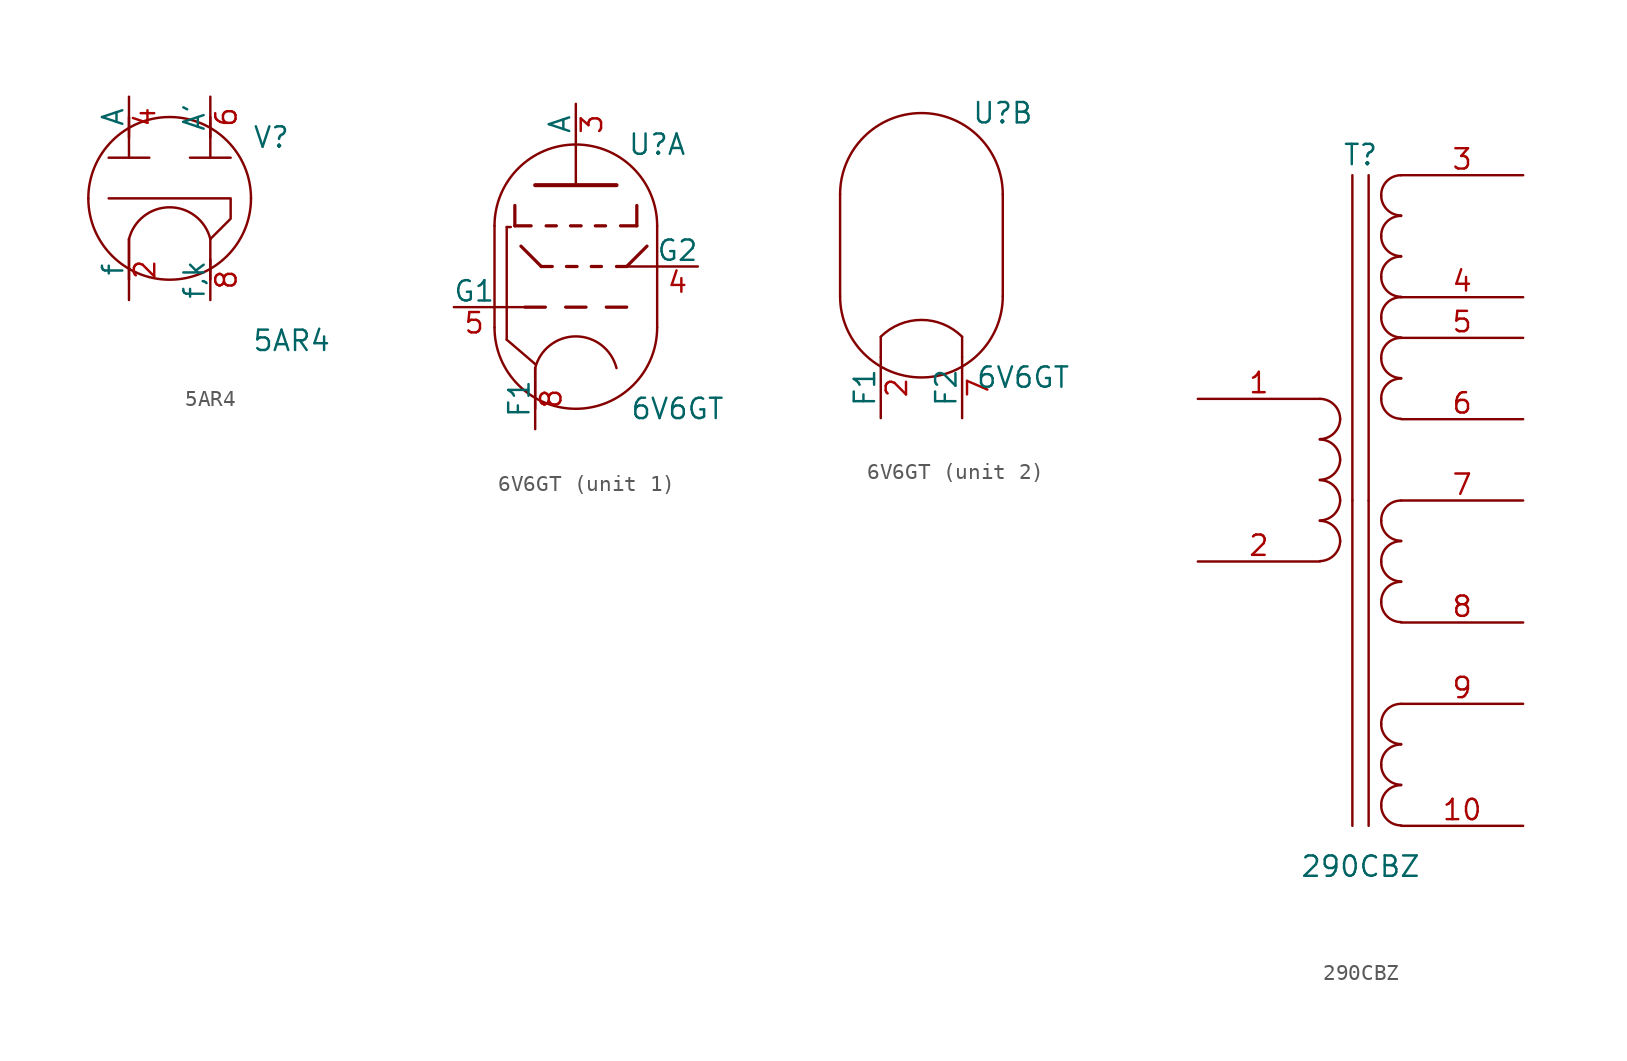
<source format=kicad_sym>
(kicad_symbol_lib
  (version 20211014)
  (generator kicad_symbol_editor)
  (symbol "5AR4"
    (pin_names
      (offset 0))
    (property "Reference" "V"
      (at 6.35 1.27 0)
      (effects (font (size 1.27 1.27))))
    (property "Value" "5AR4"
      (at 7.62 -11.43 0)
      (effects (font (size 1.27 1.27))))
    (symbol "5AR4_1_0"
      (polyline (pts (xy -2.54 -5.08) (xy -2.54 -7.62)) (stroke (width 0) (type default) (color 0 0 0 0)) (fill (type none))))
    (symbol "5AR4_1_1"
      (arc (start -5.08 -2.54) (mid 0 -7.62) (end 5.08 -2.54) (stroke (width 0) (type default) (color 0 0 0 0)) (fill (type none)))
      (polyline (pts (xy -3.81 0) (xy -1.27 0)) (stroke (width 0) (type default) (color 0 0 0 0)) (fill (type none)))
      (polyline (pts (xy -2.54 0) (xy -2.54 2.54)) (stroke (width 0) (type default) (color 0 0 0 0)) (fill (type none)))
      (polyline (pts (xy 1.27 0) (xy 3.81 0)) (stroke (width 0) (type default) (color 0 0 0 0)) (fill (type none)))
      (polyline (pts (xy 2.54 -5.08) (xy 2.54 -7.62)) (stroke (width 0) (type default) (color 0 0 0 0)) (fill (type none)))
      (polyline (pts (xy 2.54 0) (xy 2.54 2.54)) (stroke (width 0) (type default) (color 0 0 0 0)) (fill (type none)))
      (polyline (pts (xy -3.81 -2.54) (xy 3.81 -2.54) (xy 3.81 -3.81) (xy 2.54 -5.08)) (stroke (width 0) (type default) (color 0 0 0 0)) (fill (type none)))
      (arc (start 2.54 -5.08) (mid 0 -3.0968) (end -2.54 -5.08) (stroke (width 0) (type default) (color 0 0 0 0)) (fill (type none)))
      (arc (start 5.08 -2.54) (mid 0 2.54) (end -5.08 -2.54) (stroke (width 0) (type default) (color 0 0 0 0)) (fill (type none)))
      (pin power_in line (at -2.54 -8.89 90) (length 3.81) (name "f" (effects (font (size 1.27 1.27)))) (number "2" (effects (font (size 1.27 1.27)))))
      (pin input line (at -2.54 3.81 270) (length 2.54) (name "A" (effects (font (size 1.27 1.27)))) (number "4" (effects (font (size 1.27 1.27)))))
      (pin input line (at 2.54 3.81 270) (length 2.54) (name "A'" (effects (font (size 1.27 1.27)))) (number "6" (effects (font (size 1.27 1.27)))))
      (pin bidirectional line (at 2.54 -8.89 90) (length 2.54) (name "f,k" (effects (font (size 1.27 1.27)))) (number "8" (effects (font (size 1.27 1.27)))))))
  (symbol "6V6GT"
    (pin_names
      (offset 0))
    (property "Reference" "U"
      (at 5.08 8.89 0)
      (effects (font (size 1.27 1.27))))
    (property "Value" "6V6GT"
      (at 6.35 -7.62 0)
      (effects (font (size 1.27 1.27))))
    (property "ki_locked" ""
      (at 0 0 0)
      (effects (font (size 1.27 1.27))))
    (symbol "6V6GT_1_0"
      (polyline (pts (xy -2.54 -5.08) (xy -2.54 -7.62)) (stroke (width 0) (type default) (color 0 0 0 0)) (fill (type none))))
    (symbol "6V6GT_1_1"
      (arc (start -5.08 -2.54) (mid 0 -7.62) (end 5.08 -2.54) (stroke (width 0) (type default) (color 0 0 0 0)) (fill (type none)))
      (polyline (pts (xy -5.08 -1.27) (xy -3.175 -1.27)) (stroke (width 0) (type default) (color 0 0 0 0)) (fill (type none)))
      (polyline (pts (xy -4.318 -3.302) (xy -4.318 3.734)) (stroke (width 0) (type default) (color 0 0 0 0)) (fill (type none)))
      (polyline (pts (xy -4.318 -3.302) (xy -2.54 -4.826)) (stroke (width 0) (type default) (color 0 0 0 0)) (fill (type none)))
      (polyline (pts (xy -4.064 3.734) (xy -4.318 3.734)) (stroke (width 0) (type default) (color 0 0 0 0)) (fill (type none)))
      (polyline (pts (xy -3.81 3.81) (xy -2.794 3.81)) (stroke (width 0.203) (type default) (color 0 0 0 0)) (fill (type none)))
      (polyline (pts (xy -3.81 5.08) (xy -3.81 3.81)) (stroke (width 0.203) (type default) (color 0 0 0 0)) (fill (type none)))
      (polyline (pts (xy -3.429 2.54) (xy -2.159 1.27)) (stroke (width 0.203) (type default) (color 0 0 0 0)) (fill (type none)))
      (polyline (pts (xy -2.159 1.27) (xy -1.473 1.27)) (stroke (width 0.203) (type default) (color 0 0 0 0)) (fill (type none)))
      (polyline (pts (xy -1.905 -1.27) (xy -3.175 -1.27)) (stroke (width 0.203) (type default) (color 0 0 0 0)) (fill (type none)))
      (polyline (pts (xy -1.854 3.81) (xy -1.219 3.81)) (stroke (width 0.203) (type default) (color 0 0 0 0)) (fill (type none)))
      (polyline (pts (xy -0.635 -1.27) (xy 0.635 -1.27)) (stroke (width 0.203) (type default) (color 0 0 0 0)) (fill (type none)))
      (polyline (pts (xy -0.584 1.27) (xy 0.076 1.27)) (stroke (width 0.203) (type default) (color 0 0 0 0)) (fill (type none)))
      (polyline (pts (xy -0.33 3.81) (xy 0.33 3.81)) (stroke (width 0.203) (type default) (color 0 0 0 0)) (fill (type none)))
      (polyline (pts (xy 0 6.35) (xy 0 8.89)) (stroke (width 0) (type default) (color 0 0 0 0)) (fill (type none)))
      (polyline (pts (xy 0.965 1.27) (xy 1.6 1.27)) (stroke (width 0.203) (type default) (color 0 0 0 0)) (fill (type none)))
      (polyline (pts (xy 1.219 3.81) (xy 1.854 3.81)) (stroke (width 0.203) (type default) (color 0 0 0 0)) (fill (type none)))
      (polyline (pts (xy 1.905 -1.27) (xy 3.175 -1.27)) (stroke (width 0.203) (type default) (color 0 0 0 0)) (fill (type none)))
      (polyline (pts (xy 2.54 1.27) (xy 3.175 1.27)) (stroke (width 0.203) (type default) (color 0 0 0 0)) (fill (type none)))
      (polyline (pts (xy 3.175 1.27) (xy 5.08 1.27)) (stroke (width 0) (type default) (color 0 0 0 0)) (fill (type none)))
      (polyline (pts (xy 3.81 3.81) (xy 2.794 3.81)) (stroke (width 0.203) (type default) (color 0 0 0 0)) (fill (type none)))
      (polyline (pts (xy 3.81 5.08) (xy 3.81 3.81)) (stroke (width 0.203) (type default) (color 0 0 0 0)) (fill (type none)))
      (polyline (pts (xy 4.445 2.54) (xy 3.175 1.27)) (stroke (width 0.203) (type default) (color 0 0 0 0)) (fill (type none)))
      (polyline (pts (xy 5.08 3.81) (xy 5.08 -2.54)) (stroke (width 0) (type default) (color 0 0 0 0)) (fill (type none)))
      (polyline (pts (xy -5.08 3.81) (xy -5.08 -2.54) (xy -5.08 -2.54)) (stroke (width 0) (type default) (color 0 0 0 0)) (fill (type none)))
      (polyline (pts (xy -2.54 6.35) (xy 2.54 6.35) (xy 2.54 6.35)) (stroke (width 0.254) (type default) (color 0 0 0 0)) (fill (type none)))
      (arc (start 2.54 -5.08) (mid 0 -3.0968) (end -2.54 -5.08) (stroke (width 0) (type default) (color 0 0 0 0)) (fill (type none)))
      (arc (start 5.08 3.81) (mid 0 8.89) (end -5.08 3.81) (stroke (width 0) (type default) (color 0 0 0 0)) (fill (type none)))
      (pin output line (at 0 11.43 270) (length 2.54) (name "A" (effects (font (size 1.27 1.27)))) (number "3" (effects (font (size 1.27 1.27)))))
      (pin input line (at 7.62 1.27 180) (length 2.54) (name "G2" (effects (font (size 1.27 1.27)))) (number "4" (effects (font (size 1.27 1.27)))))
      (pin input line (at -7.62 -1.27 0) (length 2.54) (name "G1" (effects (font (size 1.27 1.27)))) (number "5" (effects (font (size 1.27 1.27)))))
      (pin power_in line (at -2.54 -8.89 90) (length 3.81) (name "F1" (effects (font (size 1.27 1.27)))) (number "8" (effects (font (size 1.27 1.27))))))
    (symbol "6V6GT_2_1"
      (arc (start -5.08 -2.54) (mid 0 -7.62) (end 5.08 -2.54) (stroke (width 0) (type default) (color 0 0 0 0)) (fill (type none)))
      (polyline (pts (xy 5.08 3.81) (xy 5.08 -2.54)) (stroke (width 0) (type default) (color 0 0 0 0)) (fill (type none)))
      (polyline (pts (xy -5.08 3.81) (xy -5.08 -2.54) (xy -5.08 -2.54)) (stroke (width 0) (type default) (color 0 0 0 0)) (fill (type none)))
      (polyline (pts (xy -2.54 -6.35) (xy -2.54 -5.08) (xy -2.54 -5.08)) (stroke (width 0) (type default) (color 0 0 0 0)) (fill (type none)))
      (polyline (pts (xy 2.54 -6.35) (xy 2.54 -5.08) (xy 2.54 -5.08)) (stroke (width 0) (type default) (color 0 0 0 0)) (fill (type none)))
      (arc (start 2.54 -5.08) (mid 0 -4.0279) (end -2.54 -5.08) (stroke (width 0) (type default) (color 0 0 0 0)) (fill (type none)))
      (arc (start 5.08 3.81) (mid 0 8.89) (end -5.08 3.81) (stroke (width 0) (type default) (color 0 0 0 0)) (fill (type none)))
      (pin power_in line (at -2.54 -10.16 90) (length 3.81) (name "F1" (effects (font (size 1.27 1.27)))) (number "2" (effects (font (size 1.27 1.27)))))
      (pin power_in line (at 2.54 -10.16 90) (length 3.81) (name "F2" (effects (font (size 1.27 1.27)))) (number "7" (effects (font (size 1.27 1.27)))))))
  (symbol "290CBZ"
    (pin_names
      (offset 1.016) hide)
    (property "Reference" "T"
      (at 0 20.32 0)
      (effects (font (size 1.27 1.27))))
    (property "Value" "290CBZ"
      (at 0 -24.13 0)
      (effects (font (size 1.27 1.27))))
    (symbol "290CBZ_1_1"
      (arc (start -2.54 -5.0546) (mid -1.6599 -4.6901) (end -1.27 -3.81) (stroke (width 0) (type default) (color 0 0 0 0)) (fill (type none)))
      (arc (start -2.54 -2.5146) (mid -1.6599 -2.1501) (end -1.27 -1.27) (stroke (width 0) (type default) (color 0 0 0 0)) (fill (type none)))
      (arc (start -2.54 0.0254) (mid -1.6599 0.3899) (end -1.27 1.27) (stroke (width 0) (type default) (color 0 0 0 0)) (fill (type none)))
      (arc (start -2.54 2.5654) (mid -1.6599 2.9299) (end -1.27 3.81) (stroke (width 0) (type default) (color 0 0 0 0)) (fill (type none)))
      (arc (start -1.27 -3.81) (mid -1.642 -2.912) (end -2.54 -2.54) (stroke (width 0) (type default) (color 0 0 0 0)) (fill (type none)))
      (arc (start -1.27 -1.27) (mid -1.642 -0.372) (end -2.54 0) (stroke (width 0) (type default) (color 0 0 0 0)) (fill (type none)))
      (arc (start -1.27 1.27) (mid -1.642 2.168) (end -2.54 2.54) (stroke (width 0) (type default) (color 0 0 0 0)) (fill (type none)))
      (arc (start -1.27 3.81) (mid -1.642 4.708) (end -2.54 5.08) (stroke (width 0) (type default) (color 0 0 0 0)) (fill (type none)))
      (polyline (pts (xy -0.508 -21.59) (xy -0.508 -1.27)) (stroke (width 0) (type default) (color 0 0 0 0)) (fill (type none)))
      (polyline (pts (xy -0.508 -1.27) (xy -0.508 19.05)) (stroke (width 0) (type default) (color 0 0 0 0)) (fill (type none)))
      (polyline (pts (xy 0.508 -1.27) (xy 0.508 -21.59)) (stroke (width 0) (type default) (color 0 0 0 0)) (fill (type none)))
      (polyline (pts (xy 0.508 19.05) (xy 0.508 -1.27)) (stroke (width 0) (type default) (color 0 0 0 0)) (fill (type none)))
      (arc (start 1.2954 -20.32) (mid 1.6599 -21.2001) (end 2.54 -21.5646) (stroke (width 0) (type default) (color 0 0 0 0)) (fill (type none)))
      (arc (start 1.2954 -17.78) (mid 1.6599 -18.6601) (end 2.54 -19.0246) (stroke (width 0) (type default) (color 0 0 0 0)) (fill (type none)))
      (arc (start 1.2954 -15.24) (mid 1.6599 -16.1201) (end 2.54 -16.4846) (stroke (width 0) (type default) (color 0 0 0 0)) (fill (type none)))
      (arc (start 1.2954 -7.62) (mid 1.6599 -8.5001) (end 2.54 -8.8646) (stroke (width 0) (type default) (color 0 0 0 0)) (fill (type none)))
      (arc (start 1.2954 -5.08) (mid 1.6599 -5.9601) (end 2.54 -6.3246) (stroke (width 0) (type default) (color 0 0 0 0)) (fill (type none)))
      (arc (start 1.2954 -2.54) (mid 1.6599 -3.4201) (end 2.54 -3.7846) (stroke (width 0) (type default) (color 0 0 0 0)) (fill (type none)))
      (arc (start 1.2954 5.08) (mid 1.6599 4.1999) (end 2.54 3.8354) (stroke (width 0) (type default) (color 0 0 0 0)) (fill (type none)))
      (arc (start 1.2954 7.62) (mid 1.6599 6.7399) (end 2.54 6.3754) (stroke (width 0) (type default) (color 0 0 0 0)) (fill (type none)))
      (arc (start 1.2954 10.16) (mid 1.6599 9.2799) (end 2.54 8.9154) (stroke (width 0) (type default) (color 0 0 0 0)) (fill (type none)))
      (arc (start 1.2954 12.7) (mid 1.6599 11.8199) (end 2.54 11.4554) (stroke (width 0) (type default) (color 0 0 0 0)) (fill (type none)))
      (arc (start 1.2954 15.24) (mid 1.6599 14.3599) (end 2.54 13.9954) (stroke (width 0) (type default) (color 0 0 0 0)) (fill (type none)))
      (arc (start 1.2954 17.78) (mid 1.6599 16.8999) (end 2.54 16.5354) (stroke (width 0) (type default) (color 0 0 0 0)) (fill (type none)))
      (arc (start 2.54 -19.05) (mid 1.642 -19.422) (end 1.2954 -20.32) (stroke (width 0) (type default) (color 0 0 0 0)) (fill (type none)))
      (arc (start 2.54 -16.51) (mid 1.642 -16.882) (end 1.2954 -17.78) (stroke (width 0) (type default) (color 0 0 0 0)) (fill (type none)))
      (arc (start 2.54 -13.97) (mid 1.642 -14.342) (end 1.2954 -15.24) (stroke (width 0) (type default) (color 0 0 0 0)) (fill (type none)))
      (arc (start 2.54 -6.35) (mid 1.642 -6.722) (end 1.2954 -7.62) (stroke (width 0) (type default) (color 0 0 0 0)) (fill (type none)))
      (arc (start 2.54 -3.81) (mid 1.642 -4.182) (end 1.2954 -5.08) (stroke (width 0) (type default) (color 0 0 0 0)) (fill (type none)))
      (arc (start 2.54 -1.27) (mid 1.642 -1.642) (end 1.2954 -2.54) (stroke (width 0) (type default) (color 0 0 0 0)) (fill (type none)))
      (arc (start 2.54 6.35) (mid 1.642 5.978) (end 1.2954 5.08) (stroke (width 0) (type default) (color 0 0 0 0)) (fill (type none)))
      (arc (start 2.54 8.89) (mid 1.642 8.518) (end 1.2954 7.62) (stroke (width 0) (type default) (color 0 0 0 0)) (fill (type none)))
      (arc (start 2.54 11.43) (mid 1.642 11.058) (end 1.2954 10.16) (stroke (width 0) (type default) (color 0 0 0 0)) (fill (type none)))
      (arc (start 2.54 13.97) (mid 1.642 13.598) (end 1.2954 12.7) (stroke (width 0) (type default) (color 0 0 0 0)) (fill (type none)))
      (arc (start 2.54 16.51) (mid 1.642 16.138) (end 1.2954 15.24) (stroke (width 0) (type default) (color 0 0 0 0)) (fill (type none)))
      (arc (start 2.54 19.05) (mid 1.642 18.678) (end 1.2954 17.78) (stroke (width 0) (type default) (color 0 0 0 0)) (fill (type none)))
      (pin passive line (at -10.16 5.08 0) (length 7.62) (name "IN+" (effects (font (size 1.27 1.27)))) (number "1" (effects (font (size 1.27 1.27)))))
      (pin passive line (at 10.16 -21.59 180) (length 7.62) (name "6.3V" (effects (font (size 1.27 1.27)))) (number "10" (effects (font (size 1.27 1.27)))))
      (pin passive line (at -10.16 -5.08 0) (length 7.62) (name "PM" (effects (font (size 1.27 1.27)))) (number "2" (effects (font (size 1.27 1.27)))))
      (pin passive line (at 10.16 19.05 180) (length 7.62) (name "325VA" (effects (font (size 1.27 1.27)))) (number "3" (effects (font (size 1.27 1.27)))))
      (pin passive line (at 10.16 11.43 180) (length 7.62) (name "0V" (effects (font (size 1.27 1.27)))) (number "4" (effects (font (size 1.27 1.27)))))
      (pin passive line (at 10.16 8.89 180) (length 7.62) (name "38V" (effects (font (size 1.27 1.27)))) (number "5" (effects (font (size 1.27 1.27)))))
      (pin passive line (at 10.16 3.81 180) (length 7.62) (name "325V" (effects (font (size 1.27 1.27)))) (number "6" (effects (font (size 1.27 1.27)))))
      (pin passive line (at 10.16 -1.27 180) (length 7.62) (name "5V" (effects (font (size 1.27 1.27)))) (number "7" (effects (font (size 1.27 1.27)))))
      (pin passive line (at 10.16 -8.89 180) (length 7.62) (name "5V" (effects (font (size 1.27 1.27)))) (number "8" (effects (font (size 1.27 1.27)))))
      (pin passive line (at 10.16 -13.97 180) (length 7.62) (name "6.3V" (effects (font (size 1.27 1.27)))) (number "9" (effects (font (size 1.27 1.27))))))))
</source>
